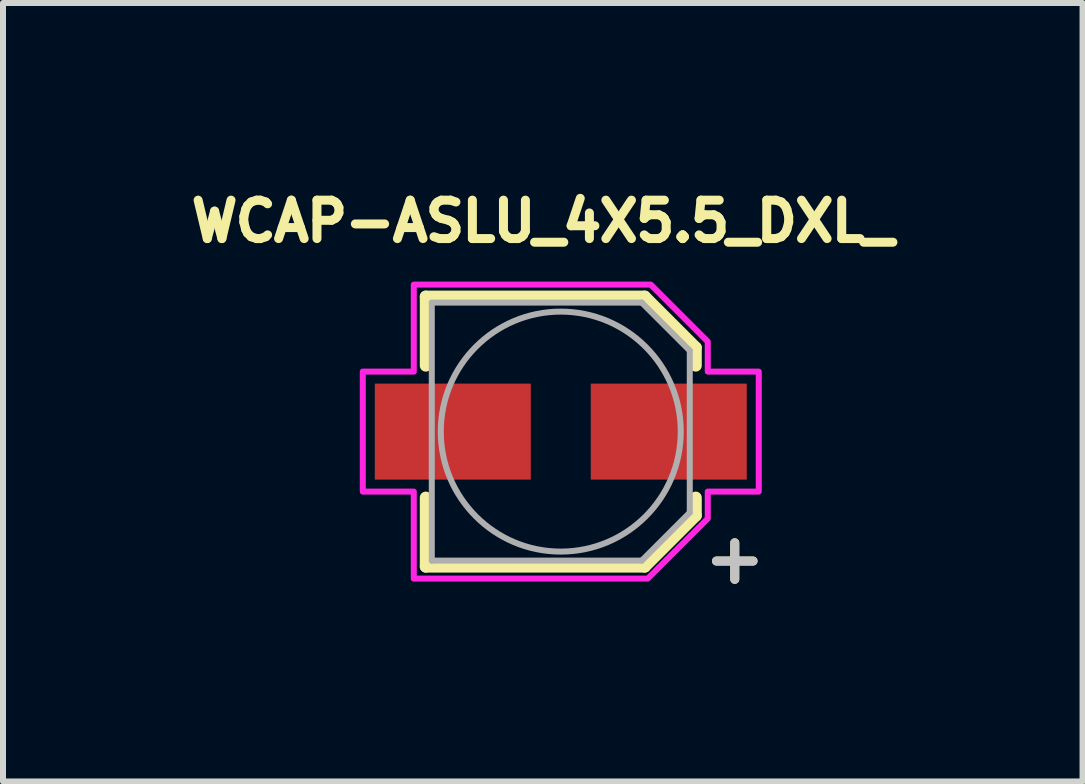
<source format=kicad_pcb>
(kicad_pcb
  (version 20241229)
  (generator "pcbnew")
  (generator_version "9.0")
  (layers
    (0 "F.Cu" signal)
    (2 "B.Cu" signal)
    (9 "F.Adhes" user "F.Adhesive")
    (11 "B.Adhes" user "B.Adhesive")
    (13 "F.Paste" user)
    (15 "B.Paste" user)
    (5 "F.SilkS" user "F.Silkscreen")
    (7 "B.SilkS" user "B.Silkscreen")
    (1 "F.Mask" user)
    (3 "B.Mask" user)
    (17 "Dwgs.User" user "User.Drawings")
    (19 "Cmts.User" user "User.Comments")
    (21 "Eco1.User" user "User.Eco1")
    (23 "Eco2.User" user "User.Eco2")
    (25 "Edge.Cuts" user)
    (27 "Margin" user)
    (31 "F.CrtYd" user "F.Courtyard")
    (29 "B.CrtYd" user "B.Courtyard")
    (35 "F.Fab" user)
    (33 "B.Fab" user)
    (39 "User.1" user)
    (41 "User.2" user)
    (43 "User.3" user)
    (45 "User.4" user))
  (footprint "WCAP-ASLU_4X5.5_DXL_"
    (layer "F.Cu")
    (at 6.297 4.144)
    (property "Reference" "WCAP-ASLU_4X5.5_DXL_" (at -0.3 -3.506 0) (layer "F.SilkS") (effects (font (size 0.64 0.64) (thickness 0.15))))
    (attr smd)
    (fp_line (start -2.25 -2.25) (end -2.25 -1.1) (stroke (width 0.2) (type solid)) (layer "F.SilkS"))
    (fp_line (start -2.25 -2.25) (end 1.4 -2.25) (stroke (width 0.2) (type solid)) (layer "F.SilkS"))
    (fp_line (start -2.25 2.25) (end -2.25 1.1) (stroke (width 0.2) (type solid)) (layer "F.SilkS"))
    (fp_line (start -2.25 2.25) (end 1.4 2.25) (stroke (width 0.2) (type solid)) (layer "F.SilkS"))
    (fp_line (start 1.4 -2.25) (end 2.25 -1.4) (stroke (width 0.2) (type solid)) (layer "F.SilkS"))
    (fp_line (start 1.4 2.25) (end 2.25 1.4) (stroke (width 0.2) (type solid)) (layer "F.SilkS"))
    (fp_line (start 2.25 -1.4) (end 2.25 -1.1) (stroke (width 0.2) (type solid)) (layer "F.SilkS"))
    (fp_line (start 2.25 1.4) (end 2.25 1.1) (stroke (width 0.2) (type solid)) (layer "F.SilkS"))
    (fp_poly (pts (xy -2.45 -2.45) (xy -2.45 -1) (xy -3.3 -1) (xy -3.3 1) (xy -2.45 1) (xy -2.45 2.45) (xy 1.45 2.45) (xy 2.45 1.45) (xy 2.45 1) (xy 3.3 1) (xy 3.3 -1) (xy 2.45 -1) (xy 2.45 -1.5) (xy 1.5 -2.45)) (stroke (width 0.1) (type solid)) (fill no) (layer "F.CrtYd"))
    (fp_line (start -2.15 -2.15) (end -2.15 2.15) (stroke (width 0.1) (type solid)) (layer "F.Fab"))
    (fp_line (start -2.15 2.15) (end 1.35 2.15) (stroke (width 0.1) (type solid)) (layer "F.Fab"))
    (fp_line (start 1.35 -2.15) (end -2.15 -2.15) (stroke (width 0.1) (type solid)) (layer "F.Fab"))
    (fp_line (start 1.35 2.15) (end 2.15 1.35) (stroke (width 0.1) (type solid)) (layer "F.Fab"))
    (fp_line (start 2.15 -1.35) (end 1.35 -2.15) (stroke (width 0.1) (type solid)) (layer "F.Fab"))
    (fp_line (start 2.15 1.35) (end 2.15 -1.35) (stroke (width 0.1) (type solid)) (layer "F.Fab"))
    (fp_circle (center 0 0) (end 2 0) (stroke (width 0.1) (type solid)) (fill no) (layer "F.Fab"))
    (fp_text user "+" (at 2.9 2.1 0) (layer "F.SilkS") (effects (font (size 0.8 0.8) (thickness 0.15))))
    (fp_text user "+" (at 2.9 2.1 0) (layer "Dwgs.User") (effects (font (size 0.8 0.8) (thickness 0.15))))
    (pad "1" smd rect (at 1.8 0) (size 2.6 1.6) (layers "F.Cu" "F.Mask" "F.Paste"))
    (pad "2" smd rect (at -1.8 0) (size 2.6 1.6) (layers "F.Cu" "F.Mask" "F.Paste")))
  (gr_rect
    (start -3 -3)
    (end 14.994 9.975)
    (stroke (width 0.1) (type default))
    (fill no)
    (layer "Edge.Cuts")))
</source>
